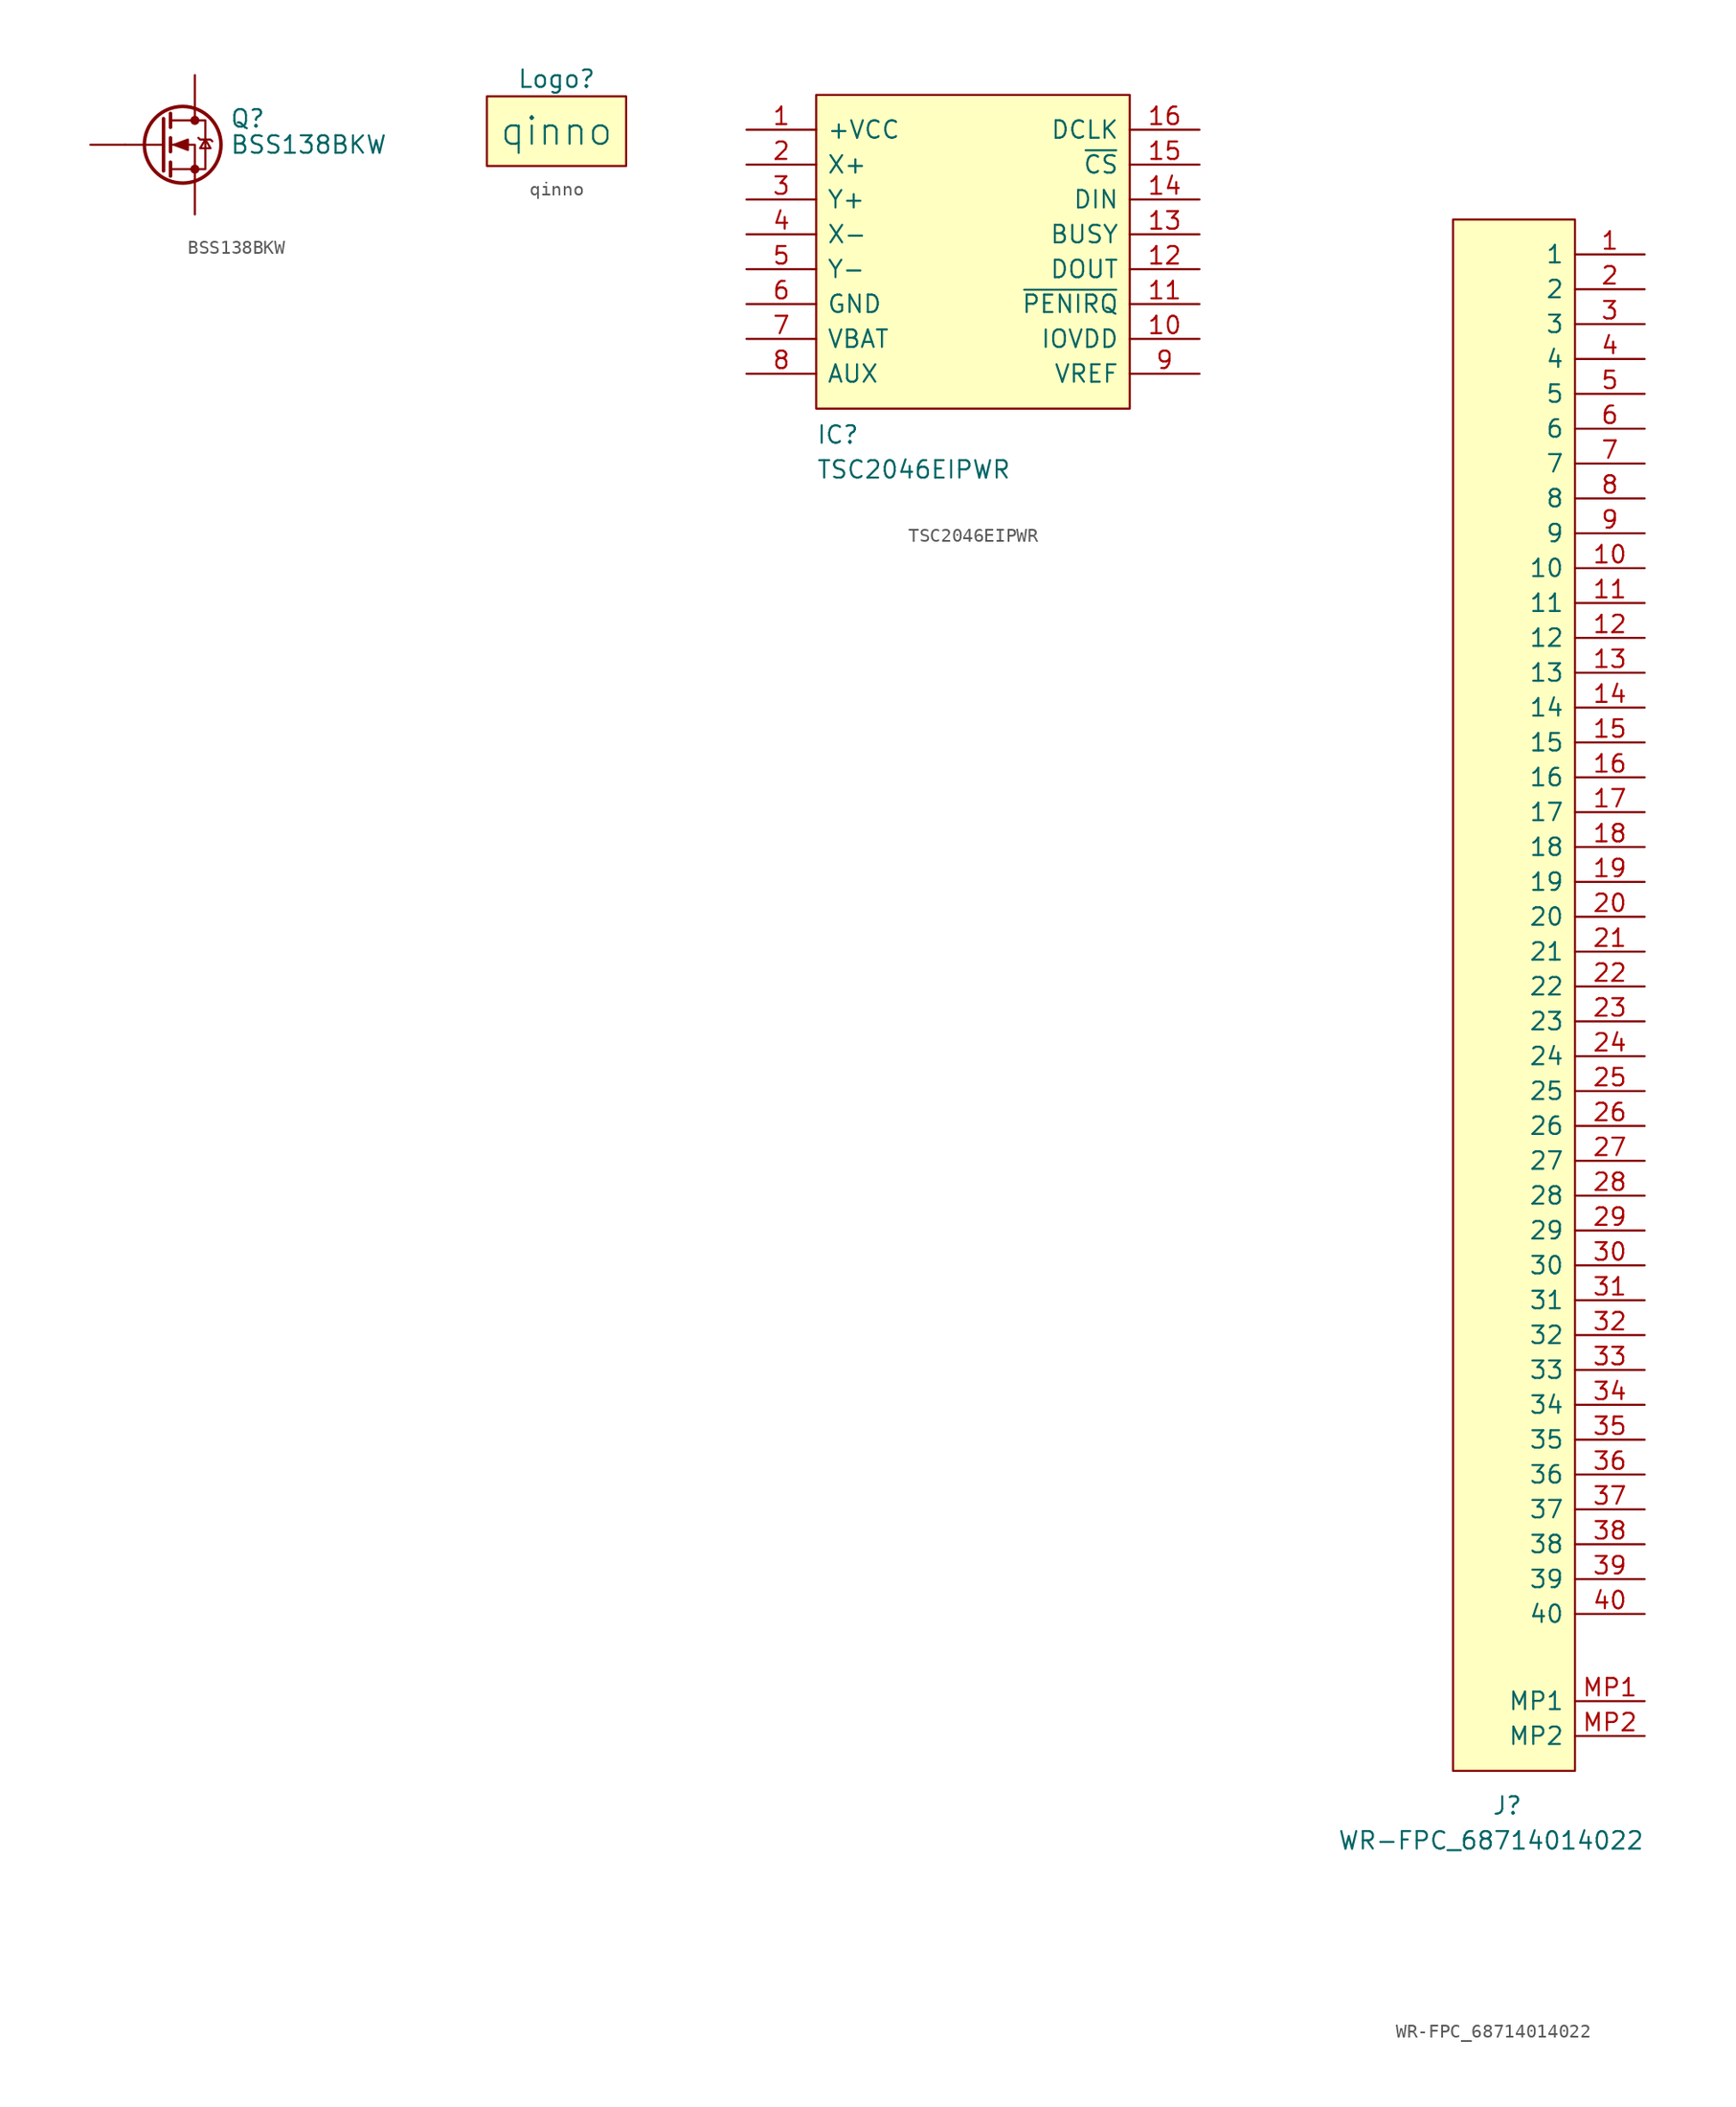
<source format=kicad_sym>
(kicad_symbol_lib
  (version 20211014)
  (generator kicad_symbol_editor)
  (symbol "BSS138BKW"
    (pin_numbers hide)
    (pin_names hide)
    (property "Reference" "Q"
      (at 2.54 1.905 0)
      (effects (font (size 1.27 1.27)) (justify left)))
    (property "Value" "BSS138BKW"
      (at 2.54 0 0)
      (effects (font (size 1.27 1.27)) (justify left)))
    (symbol "BSS138BKW_0_1"
      (circle (center -0.889 0) (radius 2.794) (stroke (width 0.254) (type default) (color 0 0 0 0)) (fill (type none)))
      (circle (center 0 -1.778) (radius 0.254) (stroke (width 0) (type default) (color 0 0 0 0)) (fill (type outline)))
      (polyline (pts (xy -2.286 0) (xy -5.08 0)) (stroke (width 0) (type default) (color 0 0 0 0)) (fill (type none)))
      (polyline (pts (xy -2.286 1.905) (xy -2.286 -1.905)) (stroke (width 0.254) (type default) (color 0 0 0 0)) (fill (type none)))
      (polyline (pts (xy -1.778 -1.27) (xy -1.778 -2.286)) (stroke (width 0.254) (type default) (color 0 0 0 0)) (fill (type none)))
      (polyline (pts (xy -1.778 0.508) (xy -1.778 -0.508)) (stroke (width 0.254) (type default) (color 0 0 0 0)) (fill (type none)))
      (polyline (pts (xy -1.778 2.286) (xy -1.778 1.27)) (stroke (width 0.254) (type default) (color 0 0 0 0)) (fill (type none)))
      (polyline (pts (xy 0 2.54) (xy 0 1.778)) (stroke (width 0) (type default) (color 0 0 0 0)) (fill (type none)))
      (polyline (pts (xy 0 -2.54) (xy 0 0) (xy -1.778 0)) (stroke (width 0) (type default) (color 0 0 0 0)) (fill (type none)))
      (polyline (pts (xy -1.778 -1.778) (xy 0.762 -1.778) (xy 0.762 1.778) (xy -1.778 1.778)) (stroke (width 0) (type default) (color 0 0 0 0)) (fill (type none)))
      (polyline (pts (xy -1.524 0) (xy -0.508 0.381) (xy -0.508 -0.381) (xy -1.524 0)) (stroke (width 0) (type default) (color 0 0 0 0)) (fill (type outline)))
      (polyline (pts (xy 0.254 0.508) (xy 0.381 0.381) (xy 1.143 0.381) (xy 1.27 0.254)) (stroke (width 0) (type default) (color 0 0 0 0)) (fill (type none)))
      (polyline (pts (xy 0.762 0.381) (xy 0.381 -0.254) (xy 1.143 -0.254) (xy 0.762 0.381)) (stroke (width 0) (type default) (color 0 0 0 0)) (fill (type none)))
      (circle (center 0 1.778) (radius 0.254) (stroke (width 0) (type default) (color 0 0 0 0)) (fill (type outline))))
    (symbol "BSS138BKW_1_1"
      (pin input line (at -7.62 0 0) (length 2.54) (name "G" (effects (font (size 1.27 1.27)))) (number "1" (effects (font (size 1.27 1.27)))))
      (pin passive line (at 0 -5.08 90) (length 2.54) (name "S" (effects (font (size 1.27 1.27)))) (number "2" (effects (font (size 1.27 1.27)))))
      (pin passive line (at 0 5.08 270) (length 2.54) (name "D" (effects (font (size 1.27 1.27)))) (number "3" (effects (font (size 1.27 1.27)))))))
  (symbol "qinno"
    (pin_numbers hide)
    (pin_names
      (offset 0) hide)
    (property "Reference" "Logo"
      (at 0 3.81 0)
      (effects (font (size 1.27 1.27))))
    (property "Value" "qinno"
      (at 0 0 0)
      (effects (font (size 2 2))))
    (symbol "qinno_0_1"
      (rectangle (start -5.08 2.54) (end 5.08 -2.54) (stroke (width 0) (type default) (color 0 0 0 0)) (fill (type background)))))
  (symbol "TSC2046EIPWR"
    (pin_names
      (offset 0.762))
    (property "Reference" "IC"
      (at 5.08 -22.225 0)
      (effects (font (size 1.27 1.27)) (justify left)))
    (property "Value" "TSC2046EIPWR"
      (at 5.08 -24.765 0)
      (effects (font (size 1.27 1.27)) (justify left)))
    (symbol "TSC2046EIPWR_0_0"
      (pin passive line (at 0 0 0) (length 5.08) (name "+VCC" (effects (font (size 1.27 1.27)))) (number "1" (effects (font (size 1.27 1.27)))))
      (pin passive line (at 33.02 -15.24 180) (length 5.08) (name "IOVDD" (effects (font (size 1.27 1.27)))) (number "10" (effects (font (size 1.27 1.27)))))
      (pin passive line (at 33.02 -12.7 180) (length 5.08) (name "~{PENIRQ}" (effects (font (size 1.27 1.27)))) (number "11" (effects (font (size 1.27 1.27)))))
      (pin passive line (at 33.02 -10.16 180) (length 5.08) (name "DOUT" (effects (font (size 1.27 1.27)))) (number "12" (effects (font (size 1.27 1.27)))))
      (pin passive line (at 33.02 -7.62 180) (length 5.08) (name "BUSY" (effects (font (size 1.27 1.27)))) (number "13" (effects (font (size 1.27 1.27)))))
      (pin passive line (at 33.02 -5.08 180) (length 5.08) (name "DIN" (effects (font (size 1.27 1.27)))) (number "14" (effects (font (size 1.27 1.27)))))
      (pin passive line (at 33.02 -2.54 180) (length 5.08) (name "~{CS}" (effects (font (size 1.27 1.27)))) (number "15" (effects (font (size 1.27 1.27)))))
      (pin passive line (at 33.02 0 180) (length 5.08) (name "DCLK" (effects (font (size 1.27 1.27)))) (number "16" (effects (font (size 1.27 1.27)))))
      (pin passive line (at 0 -2.54 0) (length 5.08) (name "X+" (effects (font (size 1.27 1.27)))) (number "2" (effects (font (size 1.27 1.27)))))
      (pin passive line (at 0 -5.08 0) (length 5.08) (name "Y+" (effects (font (size 1.27 1.27)))) (number "3" (effects (font (size 1.27 1.27)))))
      (pin passive line (at 0 -7.62 0) (length 5.08) (name "X-" (effects (font (size 1.27 1.27)))) (number "4" (effects (font (size 1.27 1.27)))))
      (pin passive line (at 0 -10.16 0) (length 5.08) (name "Y-" (effects (font (size 1.27 1.27)))) (number "5" (effects (font (size 1.27 1.27)))))
      (pin passive line (at 0 -12.7 0) (length 5.08) (name "GND" (effects (font (size 1.27 1.27)))) (number "6" (effects (font (size 1.27 1.27)))))
      (pin passive line (at 0 -15.24 0) (length 5.08) (name "VBAT" (effects (font (size 1.27 1.27)))) (number "7" (effects (font (size 1.27 1.27)))))
      (pin passive line (at 0 -17.78 0) (length 5.08) (name "AUX" (effects (font (size 1.27 1.27)))) (number "8" (effects (font (size 1.27 1.27)))))
      (pin passive line (at 33.02 -17.78 180) (length 5.08) (name "VREF" (effects (font (size 1.27 1.27)))) (number "9" (effects (font (size 1.27 1.27))))))
    (symbol "TSC2046EIPWR_0_1"
      (polyline (pts (xy 5.08 2.54) (xy 27.94 2.54) (xy 27.94 -20.32) (xy 5.08 -20.32) (xy 5.08 2.54)) (stroke (width 0.152) (type default) (color 0 0 0 0)) (fill (type background)))))
  (symbol "WR-FPC_68714014022"
    (pin_names
      (offset 0.762))
    (property "Reference" "J"
      (at 5.08 -113.03 0)
      (effects (font (size 1.27 1.27)) (justify right)))
    (property "Value" "WR-FPC_68714014022"
      (at 13.97 -115.57 0)
      (effects (font (size 1.27 1.27)) (justify right)))
    (symbol "WR-FPC_68714014022_0_0"
      (pin passive line (at 13.97 0 180) (length 5.08) (name "1" (effects (font (size 1.27 1.27)))) (number "1" (effects (font (size 1.27 1.27)))))
      (pin passive line (at 13.97 -22.86 180) (length 5.08) (name "10" (effects (font (size 1.27 1.27)))) (number "10" (effects (font (size 1.27 1.27)))))
      (pin passive line (at 13.97 -25.4 180) (length 5.08) (name "11" (effects (font (size 1.27 1.27)))) (number "11" (effects (font (size 1.27 1.27)))))
      (pin passive line (at 13.97 -27.94 180) (length 5.08) (name "12" (effects (font (size 1.27 1.27)))) (number "12" (effects (font (size 1.27 1.27)))))
      (pin passive line (at 13.97 -30.48 180) (length 5.08) (name "13" (effects (font (size 1.27 1.27)))) (number "13" (effects (font (size 1.27 1.27)))))
      (pin passive line (at 13.97 -33.02 180) (length 5.08) (name "14" (effects (font (size 1.27 1.27)))) (number "14" (effects (font (size 1.27 1.27)))))
      (pin passive line (at 13.97 -35.56 180) (length 5.08) (name "15" (effects (font (size 1.27 1.27)))) (number "15" (effects (font (size 1.27 1.27)))))
      (pin passive line (at 13.97 -38.1 180) (length 5.08) (name "16" (effects (font (size 1.27 1.27)))) (number "16" (effects (font (size 1.27 1.27)))))
      (pin passive line (at 13.97 -40.64 180) (length 5.08) (name "17" (effects (font (size 1.27 1.27)))) (number "17" (effects (font (size 1.27 1.27)))))
      (pin passive line (at 13.97 -43.18 180) (length 5.08) (name "18" (effects (font (size 1.27 1.27)))) (number "18" (effects (font (size 1.27 1.27)))))
      (pin passive line (at 13.97 -45.72 180) (length 5.08) (name "19" (effects (font (size 1.27 1.27)))) (number "19" (effects (font (size 1.27 1.27)))))
      (pin passive line (at 13.97 -2.54 180) (length 5.08) (name "2" (effects (font (size 1.27 1.27)))) (number "2" (effects (font (size 1.27 1.27)))))
      (pin passive line (at 13.97 -48.26 180) (length 5.08) (name "20" (effects (font (size 1.27 1.27)))) (number "20" (effects (font (size 1.27 1.27)))))
      (pin passive line (at 13.97 -50.8 180) (length 5.08) (name "21" (effects (font (size 1.27 1.27)))) (number "21" (effects (font (size 1.27 1.27)))))
      (pin passive line (at 13.97 -53.34 180) (length 5.08) (name "22" (effects (font (size 1.27 1.27)))) (number "22" (effects (font (size 1.27 1.27)))))
      (pin passive line (at 13.97 -55.88 180) (length 5.08) (name "23" (effects (font (size 1.27 1.27)))) (number "23" (effects (font (size 1.27 1.27)))))
      (pin passive line (at 13.97 -58.42 180) (length 5.08) (name "24" (effects (font (size 1.27 1.27)))) (number "24" (effects (font (size 1.27 1.27)))))
      (pin passive line (at 13.97 -60.96 180) (length 5.08) (name "25" (effects (font (size 1.27 1.27)))) (number "25" (effects (font (size 1.27 1.27)))))
      (pin passive line (at 13.97 -63.5 180) (length 5.08) (name "26" (effects (font (size 1.27 1.27)))) (number "26" (effects (font (size 1.27 1.27)))))
      (pin passive line (at 13.97 -66.04 180) (length 5.08) (name "27" (effects (font (size 1.27 1.27)))) (number "27" (effects (font (size 1.27 1.27)))))
      (pin passive line (at 13.97 -68.58 180) (length 5.08) (name "28" (effects (font (size 1.27 1.27)))) (number "28" (effects (font (size 1.27 1.27)))))
      (pin passive line (at 13.97 -71.12 180) (length 5.08) (name "29" (effects (font (size 1.27 1.27)))) (number "29" (effects (font (size 1.27 1.27)))))
      (pin passive line (at 13.97 -5.08 180) (length 5.08) (name "3" (effects (font (size 1.27 1.27)))) (number "3" (effects (font (size 1.27 1.27)))))
      (pin passive line (at 13.97 -73.66 180) (length 5.08) (name "30" (effects (font (size 1.27 1.27)))) (number "30" (effects (font (size 1.27 1.27)))))
      (pin passive line (at 13.97 -76.2 180) (length 5.08) (name "31" (effects (font (size 1.27 1.27)))) (number "31" (effects (font (size 1.27 1.27)))))
      (pin passive line (at 13.97 -78.74 180) (length 5.08) (name "32" (effects (font (size 1.27 1.27)))) (number "32" (effects (font (size 1.27 1.27)))))
      (pin passive line (at 13.97 -81.28 180) (length 5.08) (name "33" (effects (font (size 1.27 1.27)))) (number "33" (effects (font (size 1.27 1.27)))))
      (pin passive line (at 13.97 -83.82 180) (length 5.08) (name "34" (effects (font (size 1.27 1.27)))) (number "34" (effects (font (size 1.27 1.27)))))
      (pin passive line (at 13.97 -86.36 180) (length 5.08) (name "35" (effects (font (size 1.27 1.27)))) (number "35" (effects (font (size 1.27 1.27)))))
      (pin passive line (at 13.97 -88.9 180) (length 5.08) (name "36" (effects (font (size 1.27 1.27)))) (number "36" (effects (font (size 1.27 1.27)))))
      (pin passive line (at 13.97 -91.44 180) (length 5.08) (name "37" (effects (font (size 1.27 1.27)))) (number "37" (effects (font (size 1.27 1.27)))))
      (pin passive line (at 13.97 -93.98 180) (length 5.08) (name "38" (effects (font (size 1.27 1.27)))) (number "38" (effects (font (size 1.27 1.27)))))
      (pin passive line (at 13.97 -96.52 180) (length 5.08) (name "39" (effects (font (size 1.27 1.27)))) (number "39" (effects (font (size 1.27 1.27)))))
      (pin passive line (at 13.97 -7.62 180) (length 5.08) (name "4" (effects (font (size 1.27 1.27)))) (number "4" (effects (font (size 1.27 1.27)))))
      (pin passive line (at 13.97 -99.06 180) (length 5.08) (name "40" (effects (font (size 1.27 1.27)))) (number "40" (effects (font (size 1.27 1.27)))))
      (pin passive line (at 13.97 -10.16 180) (length 5.08) (name "5" (effects (font (size 1.27 1.27)))) (number "5" (effects (font (size 1.27 1.27)))))
      (pin passive line (at 13.97 -12.7 180) (length 5.08) (name "6" (effects (font (size 1.27 1.27)))) (number "6" (effects (font (size 1.27 1.27)))))
      (pin passive line (at 13.97 -15.24 180) (length 5.08) (name "7" (effects (font (size 1.27 1.27)))) (number "7" (effects (font (size 1.27 1.27)))))
      (pin passive line (at 13.97 -17.78 180) (length 5.08) (name "8" (effects (font (size 1.27 1.27)))) (number "8" (effects (font (size 1.27 1.27)))))
      (pin passive line (at 13.97 -20.32 180) (length 5.08) (name "9" (effects (font (size 1.27 1.27)))) (number "9" (effects (font (size 1.27 1.27)))))
      (pin passive line (at 13.97 -105.41 180) (length 5.08) (name "MP1" (effects (font (size 1.27 1.27)))) (number "MP1" (effects (font (size 1.27 1.27)))))
      (pin passive line (at 13.97 -107.95 180) (length 5.08) (name "MP2" (effects (font (size 1.27 1.27)))) (number "MP2" (effects (font (size 1.27 1.27))))))
    (symbol "WR-FPC_68714014022_0_1"
      (polyline (pts (xy 0 2.54) (xy 8.89 2.54) (xy 8.89 -110.49) (xy 0 -110.49) (xy 0 2.54)) (stroke (width 0.152) (type default) (color 0 0 0 0)) (fill (type background))))))
</source>
